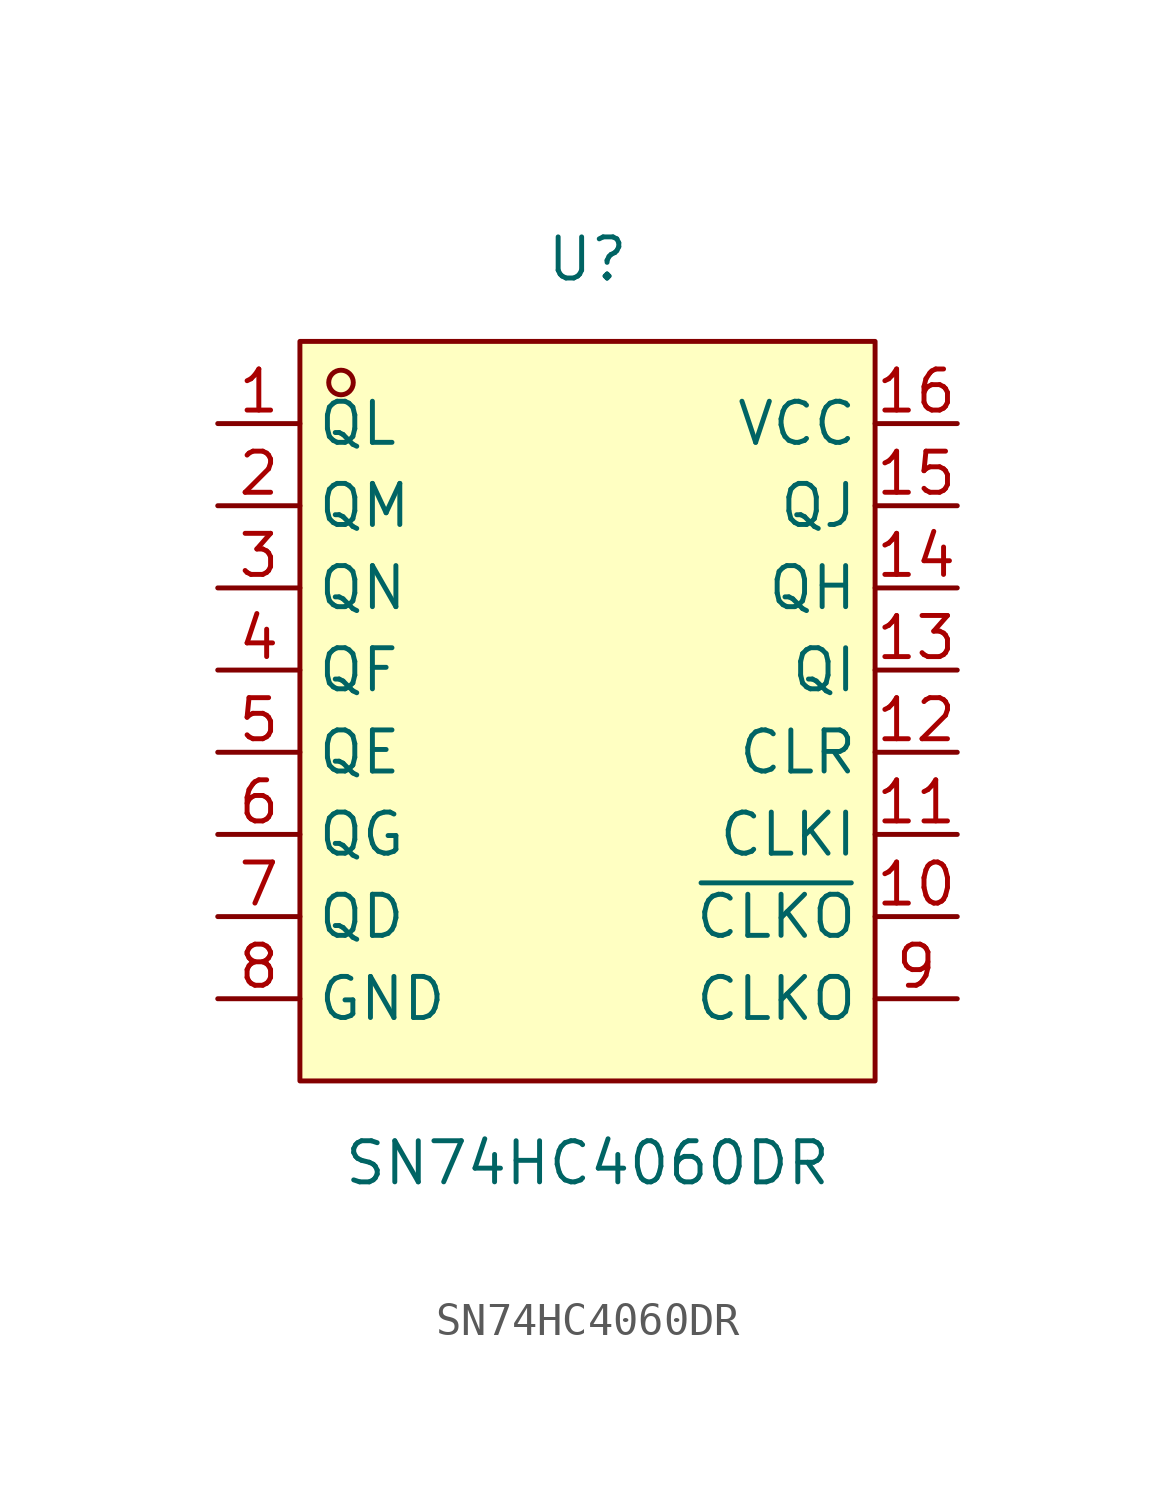
<source format=kicad_sym>
(kicad_symbol_lib
  (version 20211014)
  (generator https://github.com/uPesy/easyeda2kicad.py)
  (symbol "SN74HC4060DR"
    (property "Reference" "U"
      (at 0 13.97 0)
      (effects (font (size 1.27 1.27))))
    (property "Value" "SN74HC4060DR"
      (at 0 -13.97 0)
      (effects (font (size 1.27 1.27))))
    (symbol "SN74HC4060DR_0_1"
      (rectangle (start -8.89 11.43) (end 8.89 -11.43) (stroke (width 0) (type default) (color 0 0 0 0)) (fill (type background)))
      (circle (center -7.62 10.16) (radius 0.38) (stroke (width 0) (type default) (color 0 0 0 0)) (fill (type none)))
      (pin unspecified line (at -11.43 8.89 0) (length 2.54) (name "QL" (effects (font (size 1.27 1.27)))) (number "1" (effects (font (size 1.27 1.27)))))
      (pin unspecified line (at -11.43 6.35 0) (length 2.54) (name "QM" (effects (font (size 1.27 1.27)))) (number "2" (effects (font (size 1.27 1.27)))))
      (pin unspecified line (at -11.43 3.81 0) (length 2.54) (name "QN" (effects (font (size 1.27 1.27)))) (number "3" (effects (font (size 1.27 1.27)))))
      (pin unspecified line (at -11.43 1.27 0) (length 2.54) (name "QF" (effects (font (size 1.27 1.27)))) (number "4" (effects (font (size 1.27 1.27)))))
      (pin unspecified line (at -11.43 -1.27 0) (length 2.54) (name "QE" (effects (font (size 1.27 1.27)))) (number "5" (effects (font (size 1.27 1.27)))))
      (pin unspecified line (at -11.43 -3.81 0) (length 2.54) (name "QG" (effects (font (size 1.27 1.27)))) (number "6" (effects (font (size 1.27 1.27)))))
      (pin unspecified line (at -11.43 -6.35 0) (length 2.54) (name "QD" (effects (font (size 1.27 1.27)))) (number "7" (effects (font (size 1.27 1.27)))))
      (pin unspecified line (at -11.43 -8.89 0) (length 2.54) (name "GND" (effects (font (size 1.27 1.27)))) (number "8" (effects (font (size 1.27 1.27)))))
      (pin unspecified line (at 11.43 -8.89 180) (length 2.54) (name "CLKO" (effects (font (size 1.27 1.27)))) (number "9" (effects (font (size 1.27 1.27)))))
      (pin unspecified line (at 11.43 -6.35 180) (length 2.54) (name "~{CLKO}" (effects (font (size 1.27 1.27)))) (number "10" (effects (font (size 1.27 1.27)))))
      (pin unspecified line (at 11.43 -3.81 180) (length 2.54) (name "CLKI" (effects (font (size 1.27 1.27)))) (number "11" (effects (font (size 1.27 1.27)))))
      (pin unspecified line (at 11.43 -1.27 180) (length 2.54) (name "CLR" (effects (font (size 1.27 1.27)))) (number "12" (effects (font (size 1.27 1.27)))))
      (pin unspecified line (at 11.43 1.27 180) (length 2.54) (name "QI" (effects (font (size 1.27 1.27)))) (number "13" (effects (font (size 1.27 1.27)))))
      (pin unspecified line (at 11.43 3.81 180) (length 2.54) (name "QH" (effects (font (size 1.27 1.27)))) (number "14" (effects (font (size 1.27 1.27)))))
      (pin unspecified line (at 11.43 6.35 180) (length 2.54) (name "QJ" (effects (font (size 1.27 1.27)))) (number "15" (effects (font (size 1.27 1.27)))))
      (pin unspecified line (at 11.43 8.89 180) (length 2.54) (name "VCC" (effects (font (size 1.27 1.27)))) (number "16" (effects (font (size 1.27 1.27))))))))
</source>
